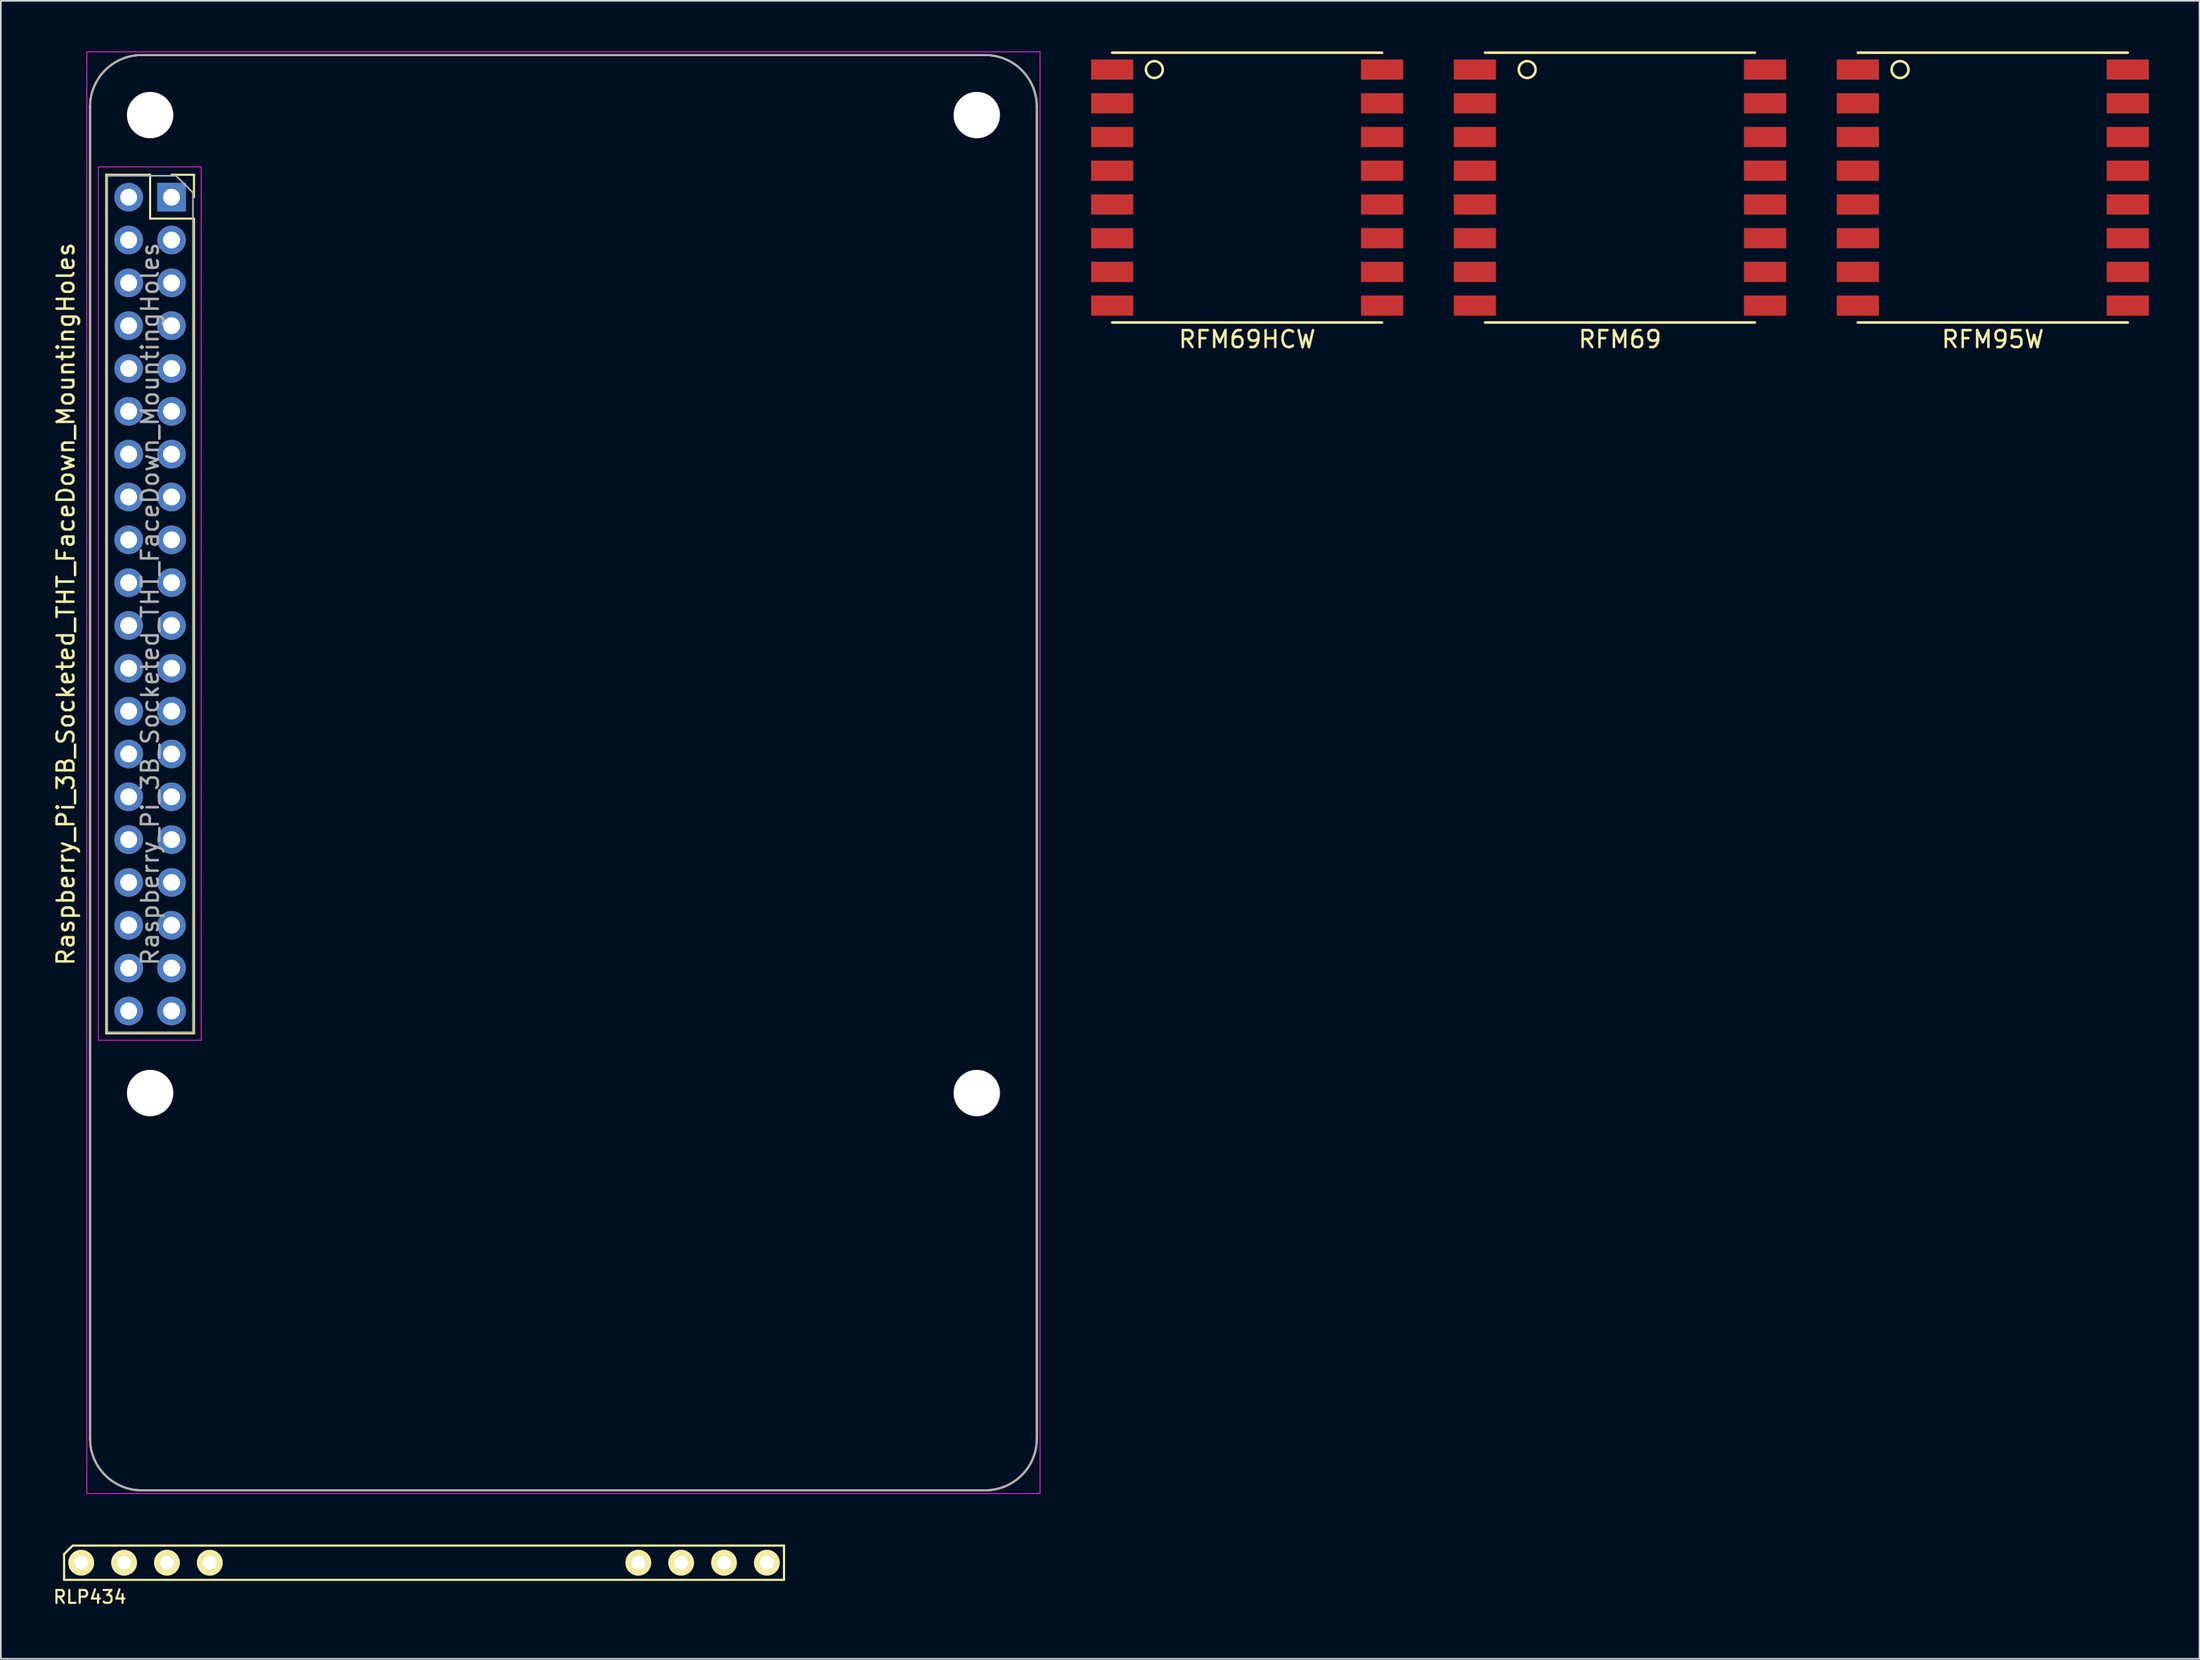
<source format=kicad_pcb>
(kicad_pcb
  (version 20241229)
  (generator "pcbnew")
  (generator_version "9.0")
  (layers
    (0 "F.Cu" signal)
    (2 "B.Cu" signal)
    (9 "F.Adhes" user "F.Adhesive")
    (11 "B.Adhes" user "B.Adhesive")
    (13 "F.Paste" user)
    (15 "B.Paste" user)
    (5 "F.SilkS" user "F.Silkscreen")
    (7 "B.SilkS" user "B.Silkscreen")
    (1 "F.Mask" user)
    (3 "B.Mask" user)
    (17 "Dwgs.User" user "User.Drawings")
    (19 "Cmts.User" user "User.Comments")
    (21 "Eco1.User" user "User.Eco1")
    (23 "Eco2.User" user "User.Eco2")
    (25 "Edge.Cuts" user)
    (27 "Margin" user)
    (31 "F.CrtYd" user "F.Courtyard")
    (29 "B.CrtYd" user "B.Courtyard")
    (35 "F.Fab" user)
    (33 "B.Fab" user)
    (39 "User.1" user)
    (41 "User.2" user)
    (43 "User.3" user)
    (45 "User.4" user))
  (footprint "Raspberry_Pi_3B_Socketed_THT_FaceDown_MountingHoles"
    (layer "F.Cu")
    (at 5.848 32.775)
    (property "Reference" "Raspberry_Pi_3B_Socketed_THT_FaceDown_MountingHoles" (at -5 0 90) (layer "F.SilkS") (effects (font (size 1 1) (thickness 0.15))))
    (attr through_hole)
    (fp_line (start -3.56 49.5) (end -3.56 -29.5) (stroke (width 0.12) (type solid)) (layer "F.SilkS"))
    (fp_line (start -2.6 -25.46) (end -2.6 25.46) (stroke (width 0.12) (type solid)) (layer "F.SilkS"))
    (fp_line (start -2.6 -25.46) (end 0 -25.46) (stroke (width 0.12) (type solid)) (layer "F.SilkS"))
    (fp_line (start -2.6 25.46) (end 2.6 25.46) (stroke (width 0.12) (type solid)) (layer "F.SilkS"))
    (fp_line (start -0.5 -32.56) (end 49.5 -32.56) (stroke (width 0.12) (type solid)) (layer "F.SilkS"))
    (fp_line (start 0 -25.46) (end 0 -22.86) (stroke (width 0.12) (type solid)) (layer "F.SilkS"))
    (fp_line (start 0 -22.86) (end 2.6 -22.86) (stroke (width 0.12) (type solid)) (layer "F.SilkS"))
    (fp_line (start 1.27 -25.46) (end 2.6 -25.46) (stroke (width 0.12) (type solid)) (layer "F.SilkS"))
    (fp_line (start 2.6 -25.46) (end 2.6 -24.13) (stroke (width 0.12) (type solid)) (layer "F.SilkS"))
    (fp_line (start 2.6 -22.86) (end 2.6 25.46) (stroke (width 0.12) (type solid)) (layer "F.SilkS"))
    (fp_line (start 49.5 52.56) (end -0.5 52.56) (stroke (width 0.12) (type solid)) (layer "F.SilkS"))
    (fp_line (start 52.56 49.5) (end 52.56 -29.5) (stroke (width 0.12) (type solid)) (layer "F.SilkS"))
    (fp_arc (start -3.56 -29.5) (mid -2.663747 -31.663747) (end -0.5 -32.56) (stroke (width 0.12) (type solid)) (layer "F.SilkS"))
    (fp_arc (start -0.5 52.56) (mid -2.663747 51.663747) (end -3.56 49.5) (stroke (width 0.12) (type solid)) (layer "F.SilkS"))
    (fp_arc (start 49.5 -32.56) (mid 51.663747 -31.663747) (end 52.56 -29.5) (stroke (width 0.12) (type solid)) (layer "F.SilkS"))
    (fp_arc (start 52.56 49.5) (mid 51.663747 51.663747) (end 49.5 52.56) (stroke (width 0.12) (type solid)) (layer "F.SilkS"))
    (fp_line (start -3.75 -32.75) (end 52.75 -32.75) (stroke (width 0.05) (type solid)) (layer "F.CrtYd"))
    (fp_line (start -3.75 52.75) (end -3.75 -32.75) (stroke (width 0.05) (type solid)) (layer "F.CrtYd"))
    (fp_line (start -3.75 52.75) (end 52.75 52.75) (stroke (width 0.05) (type solid)) (layer "F.CrtYd"))
    (fp_line (start -3.07 -25.93) (end 3.03 -25.93) (stroke (width 0.05) (type solid)) (layer "F.CrtYd"))
    (fp_line (start -3.07 25.87) (end -3.07 -25.93) (stroke (width 0.05) (type solid)) (layer "F.CrtYd"))
    (fp_line (start 3.03 -25.93) (end 3.03 25.87) (stroke (width 0.05) (type solid)) (layer "F.CrtYd"))
    (fp_line (start 3.03 25.87) (end -3.07 25.87) (stroke (width 0.05) (type solid)) (layer "F.CrtYd"))
    (fp_line (start 52.75 52.75) (end 52.75 -32.75) (stroke (width 0.05) (type solid)) (layer "F.CrtYd"))
    (fp_line (start -3.56 49.5) (end -3.56 -29.5) (stroke (width 0.12) (type solid)) (layer "F.Fab"))
    (fp_line (start -2.54 -25.4) (end 1.54 -25.4) (stroke (width 0.1) (type solid)) (layer "F.Fab"))
    (fp_line (start -2.54 25.4) (end -2.54 -25.4) (stroke (width 0.1) (type solid)) (layer "F.Fab"))
    (fp_line (start -0.5 -32.56) (end 49.5 -32.56) (stroke (width 0.12) (type solid)) (layer "F.Fab"))
    (fp_line (start 1.54 -25.4) (end 2.54 -24.4) (stroke (width 0.1) (type solid)) (layer "F.Fab"))
    (fp_line (start 2.54 -24.4) (end 2.54 25.4) (stroke (width 0.1) (type solid)) (layer "F.Fab"))
    (fp_line (start 2.54 25.4) (end -2.54 25.4) (stroke (width 0.1) (type solid)) (layer "F.Fab"))
    (fp_line (start 49.5 52.56) (end -0.5 52.56) (stroke (width 0.12) (type solid)) (layer "F.Fab"))
    (fp_line (start 52.56 49.5) (end 52.56 -29.5) (stroke (width 0.12) (type solid)) (layer "F.Fab"))
    (fp_arc (start -3.56 -29.5) (mid -2.663747 -31.663747) (end -0.5 -32.56) (stroke (width 0.12) (type solid)) (layer "F.Fab"))
    (fp_arc (start -0.5 52.56) (mid -2.663747 51.663747) (end -3.56 49.5) (stroke (width 0.12) (type solid)) (layer "F.Fab"))
    (fp_arc (start 49.5 -32.56) (mid 51.663747 -31.663747) (end 52.56 -29.5) (stroke (width 0.12) (type solid)) (layer "F.Fab"))
    (fp_arc (start 52.56 49.5) (mid 51.663747 51.663747) (end 49.5 52.56) (stroke (width 0.12) (type solid)) (layer "F.Fab"))
    (fp_text user "${REFERENCE}" (at 0 0 90) (layer "F.Fab") (effects (font (size 1 1) (thickness 0.15))))
    (pad "" np_thru_hole circle (at 0 -29 90) (size 2.75 2.75) (drill 2.75) (layers "*.Cu" "*.Mask"))
    (pad "" np_thru_hole circle (at 0 29 90) (size 2.75 2.75) (drill 2.75) (layers "*.Cu" "*.Mask"))
    (pad "" np_thru_hole circle (at 49 -29 90) (size 2.75 2.75) (drill 2.75) (layers "*.Cu" "*.Mask"))
    (pad "" np_thru_hole circle (at 49 29 90) (size 2.75 2.75) (drill 2.75) (layers "*.Cu" "*.Mask"))
    (pad "1" thru_hole rect (at 1.27 -24.13) (size 1.7 1.7) (drill 1) (layers "*.Cu" "*.Mask"))
    (pad "2" thru_hole oval (at -1.27 -24.13) (size 1.7 1.7) (drill 1) (layers "*.Cu" "*.Mask"))
    (pad "3" thru_hole oval (at 1.27 -21.59) (size 1.7 1.7) (drill 1) (layers "*.Cu" "*.Mask"))
    (pad "4" thru_hole oval (at -1.27 -21.59) (size 1.7 1.7) (drill 1) (layers "*.Cu" "*.Mask"))
    (pad "5" thru_hole oval (at 1.27 -19.05) (size 1.7 1.7) (drill 1) (layers "*.Cu" "*.Mask"))
    (pad "6" thru_hole oval (at -1.27 -19.05) (size 1.7 1.7) (drill 1) (layers "*.Cu" "*.Mask"))
    (pad "7" thru_hole oval (at 1.27 -16.51) (size 1.7 1.7) (drill 1) (layers "*.Cu" "*.Mask"))
    (pad "8" thru_hole oval (at -1.27 -16.51) (size 1.7 1.7) (drill 1) (layers "*.Cu" "*.Mask"))
    (pad "9" thru_hole oval (at 1.27 -13.97) (size 1.7 1.7) (drill 1) (layers "*.Cu" "*.Mask"))
    (pad "10" thru_hole oval (at -1.27 -13.97) (size 1.7 1.7) (drill 1) (layers "*.Cu" "*.Mask"))
    (pad "11" thru_hole oval (at 1.27 -11.43) (size 1.7 1.7) (drill 1) (layers "*.Cu" "*.Mask"))
    (pad "12" thru_hole oval (at -1.27 -11.43) (size 1.7 1.7) (drill 1) (layers "*.Cu" "*.Mask"))
    (pad "13" thru_hole oval (at 1.27 -8.89) (size 1.7 1.7) (drill 1) (layers "*.Cu" "*.Mask"))
    (pad "14" thru_hole oval (at -1.27 -8.89) (size 1.7 1.7) (drill 1) (layers "*.Cu" "*.Mask"))
    (pad "15" thru_hole oval (at 1.27 -6.35) (size 1.7 1.7) (drill 1) (layers "*.Cu" "*.Mask"))
    (pad "16" thru_hole oval (at -1.27 -6.35) (size 1.7 1.7) (drill 1) (layers "*.Cu" "*.Mask"))
    (pad "17" thru_hole oval (at 1.27 -3.81) (size 1.7 1.7) (drill 1) (layers "*.Cu" "*.Mask"))
    (pad "18" thru_hole oval (at -1.27 -3.81) (size 1.7 1.7) (drill 1) (layers "*.Cu" "*.Mask"))
    (pad "19" thru_hole oval (at 1.27 -1.27) (size 1.7 1.7) (drill 1) (layers "*.Cu" "*.Mask"))
    (pad "20" thru_hole oval (at -1.27 -1.27) (size 1.7 1.7) (drill 1) (layers "*.Cu" "*.Mask"))
    (pad "21" thru_hole oval (at 1.27 1.27) (size 1.7 1.7) (drill 1) (layers "*.Cu" "*.Mask"))
    (pad "22" thru_hole oval (at -1.27 1.27) (size 1.7 1.7) (drill 1) (layers "*.Cu" "*.Mask"))
    (pad "23" thru_hole oval (at 1.27 3.81) (size 1.7 1.7) (drill 1) (layers "*.Cu" "*.Mask"))
    (pad "24" thru_hole oval (at -1.27 3.81) (size 1.7 1.7) (drill 1) (layers "*.Cu" "*.Mask"))
    (pad "25" thru_hole oval (at 1.27 6.35) (size 1.7 1.7) (drill 1) (layers "*.Cu" "*.Mask"))
    (pad "26" thru_hole oval (at -1.27 6.35) (size 1.7 1.7) (drill 1) (layers "*.Cu" "*.Mask"))
    (pad "27" thru_hole oval (at 1.27 8.89) (size 1.7 1.7) (drill 1) (layers "*.Cu" "*.Mask"))
    (pad "28" thru_hole oval (at -1.27 8.89) (size 1.7 1.7) (drill 1) (layers "*.Cu" "*.Mask"))
    (pad "29" thru_hole oval (at 1.27 11.43) (size 1.7 1.7) (drill 1) (layers "*.Cu" "*.Mask"))
    (pad "30" thru_hole oval (at -1.27 11.43) (size 1.7 1.7) (drill 1) (layers "*.Cu" "*.Mask"))
    (pad "31" thru_hole oval (at 1.27 13.97) (size 1.7 1.7) (drill 1) (layers "*.Cu" "*.Mask"))
    (pad "32" thru_hole oval (at -1.27 13.97) (size 1.7 1.7) (drill 1) (layers "*.Cu" "*.Mask"))
    (pad "33" thru_hole oval (at 1.27 16.51) (size 1.7 1.7) (drill 1) (layers "*.Cu" "*.Mask"))
    (pad "34" thru_hole oval (at -1.27 16.51) (size 1.7 1.7) (drill 1) (layers "*.Cu" "*.Mask"))
    (pad "35" thru_hole oval (at 1.27 19.05) (size 1.7 1.7) (drill 1) (layers "*.Cu" "*.Mask"))
    (pad "36" thru_hole oval (at -1.27 19.05) (size 1.7 1.7) (drill 1) (layers "*.Cu" "*.Mask"))
    (pad "37" thru_hole oval (at 1.27 21.59) (size 1.7 1.7) (drill 1) (layers "*.Cu" "*.Mask"))
    (pad "38" thru_hole oval (at -1.27 21.59) (size 1.7 1.7) (drill 1) (layers "*.Cu" "*.Mask"))
    (pad "39" thru_hole oval (at 1.27 24.13) (size 1.7 1.7) (drill 1) (layers "*.Cu" "*.Mask"))
    (pad "40" thru_hole oval (at -1.27 24.13) (size 1.7 1.7) (drill 1) (layers "*.Cu" "*.Mask")))
  (footprint "RFM69"
    (layer "F.Cu")
    (at 92.973 8.075)
    (property "Reference" "RFM69" (at 0 9 0) (layer "F.SilkS") (effects (font (size 1 1) (thickness 0.15))))
    (attr smd)
    (fp_line (start -8 -8) (end 8 -8) (stroke (width 0.15) (type solid)) (layer "F.SilkS"))
    (fp_line (start -8 8) (end 8 8) (stroke (width 0.15) (type solid)) (layer "F.SilkS"))
    (fp_circle (center -5.5 -7) (end -5.5 -6.5) (stroke (width 0.15) (type solid)) (fill no) (layer "F.SilkS"))
    (pad "1" smd rect (at -8.6 -7) (size 2.5 1.2) (layers "F.Cu" "F.Mask" "F.Paste"))
    (pad "2" smd rect (at -8.6 -5) (size 2.5 1.2) (layers "F.Cu" "F.Mask" "F.Paste"))
    (pad "3" smd rect (at -8.6 -3) (size 2.5 1.2) (layers "F.Cu" "F.Mask" "F.Paste"))
    (pad "4" smd rect (at -8.6 -1) (size 2.5 1.2) (layers "F.Cu" "F.Mask" "F.Paste"))
    (pad "5" smd rect (at -8.6 1) (size 2.5 1.2) (layers "F.Cu" "F.Mask" "F.Paste"))
    (pad "6" smd rect (at -8.6 3) (size 2.5 1.2) (layers "F.Cu" "F.Mask" "F.Paste"))
    (pad "7" smd rect (at -8.6 5) (size 2.5 1.2) (layers "F.Cu" "F.Mask" "F.Paste"))
    (pad "8" smd rect (at -8.6 7) (size 2.5 1.2) (layers "F.Cu" "F.Mask" "F.Paste"))
    (pad "9" smd rect (at 8.6 7) (size 2.5 1.2) (layers "F.Cu" "F.Mask" "F.Paste"))
    (pad "10" smd rect (at 8.6 5) (size 2.5 1.2) (layers "F.Cu" "F.Mask" "F.Paste"))
    (pad "11" smd rect (at 8.6 3) (size 2.5 1.2) (layers "F.Cu" "F.Mask" "F.Paste"))
    (pad "12" smd rect (at 8.6 1) (size 2.5 1.2) (layers "F.Cu" "F.Mask" "F.Paste"))
    (pad "13" smd rect (at 8.6 -1) (size 2.5 1.2) (layers "F.Cu" "F.Mask" "F.Paste"))
    (pad "14" smd rect (at 8.6 -3) (size 2.5 1.2) (layers "F.Cu" "F.Mask" "F.Paste"))
    (pad "15" smd rect (at 8.6 -5) (size 2.5 1.2) (layers "F.Cu" "F.Mask" "F.Paste"))
    (pad "16" smd rect (at 8.6 -7) (size 2.5 1.2) (layers "F.Cu" "F.Mask" "F.Paste")))
  (footprint "RLP434"
    (layer "F.Cu")
    (at 1.765 89.629)
    (property "Reference" "RLP434" (at 0.508 2.032 0) (layer "F.SilkS") (effects (font (size 0.762 0.762) (thickness 0.127))))
    (attr through_hole)
    (fp_line (start -1.016 -0.508) (end -1.016 1.016) (stroke (width 0.127) (type solid)) (layer "F.SilkS"))
    (fp_line (start -1.016 1.016) (end 41.656 1.016) (stroke (width 0.127) (type solid)) (layer "F.SilkS"))
    (fp_line (start -0.508 -1.016) (end -1.016 -0.508) (stroke (width 0.127) (type solid)) (layer "F.SilkS"))
    (fp_line (start 41.656 -1.016) (end -0.508 -1.016) (stroke (width 0.127) (type solid)) (layer "F.SilkS"))
    (fp_line (start 41.656 1.016) (end 41.656 -1.016) (stroke (width 0.127) (type solid)) (layer "F.SilkS"))
    (pad "1" thru_hole circle (at 0 0) (size 1.524 1.524) (drill 0.813) (layers "*.Cu" "*.Mask" "F.SilkS"))
    (pad "2" thru_hole circle (at 2.54 0) (size 1.524 1.524) (drill 0.813) (layers "*.Cu" "*.Mask" "F.SilkS"))
    (pad "3" thru_hole circle (at 5.08 0) (size 1.524 1.524) (drill 0.813) (layers "*.Cu" "*.Mask" "F.SilkS"))
    (pad "4" thru_hole circle (at 7.62 0) (size 1.524 1.524) (drill 0.813) (layers "*.Cu" "*.Mask" "F.SilkS"))
    (pad "5" thru_hole circle (at 33.02 0) (size 1.524 1.524) (drill 0.813) (layers "*.Cu" "*.Mask" "F.SilkS"))
    (pad "6" thru_hole circle (at 35.56 0) (size 1.524 1.524) (drill 0.813) (layers "*.Cu" "*.Mask" "F.SilkS"))
    (pad "7" thru_hole circle (at 38.1 0) (size 1.524 1.524) (drill 0.813) (layers "*.Cu" "*.Mask" "F.SilkS"))
    (pad "8" thru_hole circle (at 40.64 0) (size 1.524 1.524) (drill 0.813) (layers "*.Cu" "*.Mask" "F.SilkS")))
  (footprint "RFM69HCW"
    (layer "F.Cu")
    (at 70.873 8.075)
    (property "Reference" "RFM69HCW" (at 0 9 0) (layer "F.SilkS") (effects (font (size 1 1) (thickness 0.15))))
    (attr smd)
    (fp_line (start -8 -8) (end 8 -8) (stroke (width 0.15) (type solid)) (layer "F.SilkS"))
    (fp_line (start -8 8) (end 8 8) (stroke (width 0.15) (type solid)) (layer "F.SilkS"))
    (fp_circle (center -5.5 -7) (end -5.5 -6.5) (stroke (width 0.15) (type solid)) (fill no) (layer "F.SilkS"))
    (pad "1" smd rect (at -8 -7) (size 2.5 1.2) (layers "F.Cu" "F.Mask" "F.Paste"))
    (pad "2" smd rect (at -8 -5) (size 2.5 1.2) (layers "F.Cu" "F.Mask" "F.Paste"))
    (pad "3" smd rect (at -8 -3) (size 2.5 1.2) (layers "F.Cu" "F.Mask" "F.Paste"))
    (pad "4" smd rect (at -8 -1) (size 2.5 1.2) (layers "F.Cu" "F.Mask" "F.Paste"))
    (pad "5" smd rect (at -8 1) (size 2.5 1.2) (layers "F.Cu" "F.Mask" "F.Paste"))
    (pad "6" smd rect (at -8 3) (size 2.5 1.2) (layers "F.Cu" "F.Mask" "F.Paste"))
    (pad "7" smd rect (at -8 5) (size 2.5 1.2) (layers "F.Cu" "F.Mask" "F.Paste"))
    (pad "8" smd rect (at -8 7) (size 2.5 1.2) (layers "F.Cu" "F.Mask" "F.Paste"))
    (pad "9" smd rect (at 8 7) (size 2.5 1.2) (layers "F.Cu" "F.Mask" "F.Paste"))
    (pad "10" smd rect (at 8 5) (size 2.5 1.2) (layers "F.Cu" "F.Mask" "F.Paste"))
    (pad "11" smd rect (at 8 3) (size 2.5 1.2) (layers "F.Cu" "F.Mask" "F.Paste"))
    (pad "12" smd rect (at 8 1) (size 2.5 1.2) (layers "F.Cu" "F.Mask" "F.Paste"))
    (pad "13" smd rect (at 8 -1) (size 2.5 1.2) (layers "F.Cu" "F.Mask" "F.Paste"))
    (pad "14" smd rect (at 8 -3) (size 2.5 1.2) (layers "F.Cu" "F.Mask" "F.Paste"))
    (pad "15" smd rect (at 8 -5) (size 2.5 1.2) (layers "F.Cu" "F.Mask" "F.Paste"))
    (pad "16" smd rect (at 8 -7) (size 2.5 1.2) (layers "F.Cu" "F.Mask" "F.Paste")))
  (footprint "RFM95W"
    (layer "F.Cu")
    (at 115.073 8.075)
    (property "Reference" "RFM95W" (at 0 9 0) (layer "F.SilkS") (effects (font (size 1 1) (thickness 0.15))))
    (attr through_hole)
    (fp_line (start -8 -8) (end 8 -8) (stroke (width 0.15) (type solid)) (layer "F.SilkS"))
    (fp_line (start -8 8) (end 8 8) (stroke (width 0.15) (type solid)) (layer "F.SilkS"))
    (fp_circle (center -5.5 -7) (end -5.5 -6.5) (stroke (width 0.15) (type solid)) (fill no) (layer "F.SilkS"))
    (pad "1" smd rect (at -8 -7) (size 2.5 1.2) (layers "F.Cu" "F.Mask" "F.Paste"))
    (pad "2" smd rect (at -8 -5) (size 2.5 1.2) (layers "F.Cu" "F.Mask" "F.Paste"))
    (pad "3" smd rect (at -8 -3) (size 2.5 1.2) (layers "F.Cu" "F.Mask" "F.Paste"))
    (pad "4" smd rect (at -8 -1) (size 2.5 1.2) (layers "F.Cu" "F.Mask" "F.Paste"))
    (pad "5" smd rect (at -8 1) (size 2.5 1.2) (layers "F.Cu" "F.Mask" "F.Paste"))
    (pad "6" smd rect (at -8 3) (size 2.5 1.2) (layers "F.Cu" "F.Mask" "F.Paste"))
    (pad "7" smd rect (at -8 5) (size 2.5 1.2) (layers "F.Cu" "F.Mask" "F.Paste"))
    (pad "8" smd rect (at -8 7) (size 2.5 1.2) (layers "F.Cu" "F.Mask" "F.Paste"))
    (pad "9" smd rect (at 8 7) (size 2.5 1.2) (layers "F.Cu" "F.Mask" "F.Paste"))
    (pad "10" smd rect (at 8 5) (size 2.5 1.2) (layers "F.Cu" "F.Mask" "F.Paste"))
    (pad "11" smd rect (at 8 3) (size 2.5 1.2) (layers "F.Cu" "F.Mask" "F.Paste"))
    (pad "12" smd rect (at 8 1) (size 2.5 1.2) (layers "F.Cu" "F.Mask" "F.Paste"))
    (pad "13" smd rect (at 8 -1) (size 2.5 1.2) (layers "F.Cu" "F.Mask" "F.Paste"))
    (pad "14" smd rect (at 8 -3) (size 2.5 1.2) (layers "F.Cu" "F.Mask" "F.Paste"))
    (pad "15" smd rect (at 8 -5) (size 2.5 1.2) (layers "F.Cu" "F.Mask" "F.Paste"))
    (pad "16" smd rect (at 8 -7) (size 2.5 1.2) (layers "F.Cu" "F.Mask" "F.Paste")))
  (gr_rect
    (start -3 -3)
    (end 127.323 95.33)
    (stroke (width 0.1) (type default))
    (fill no)
    (layer "Edge.Cuts")))
</source>
